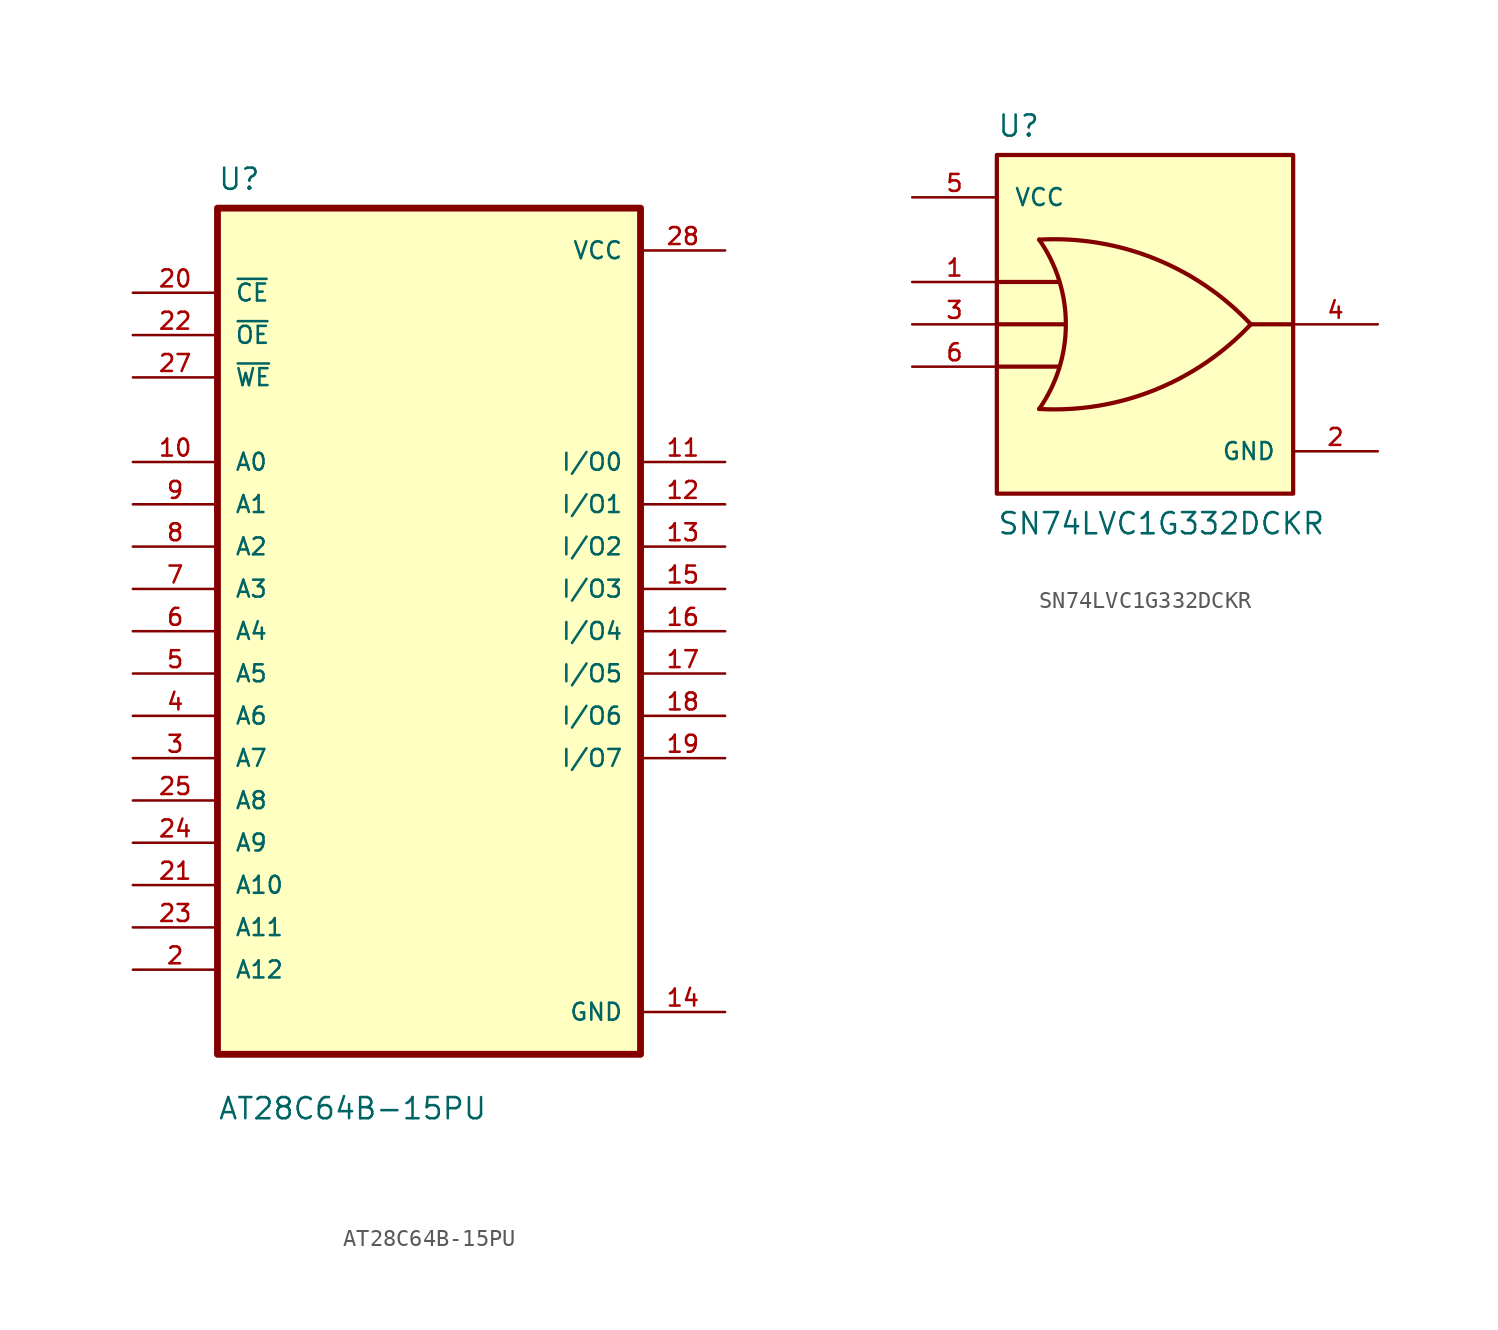
<source format=kicad_sym>
(kicad_symbol_lib
  (version 20220914)
  (generator kicad_symbol_editor)
  (symbol "AT28C64B-15PU"
    (pin_names
      (offset 1.016))
    (property "Reference" "U"
      (at -12.7 26.4 0)
      (effects (font (size 1.27 1.27)) (justify left bottom)))
    (property "Value" "AT28C64B-15PU"
      (at -12.7 -29.4 0)
      (effects (font (size 1.27 1.27)) (justify left bottom)))
    (symbol "AT28C64B-15PU_0_0"
      (rectangle (start -12.7 -25.4) (end 12.7 25.4) (stroke (width 0.41) (type default)) (fill (type background)))
      (pin input line (at -17.78 10.16 0) (length 5.08) (name "A0" (effects (font (size 1.016 1.016)))) (number "10" (effects (font (size 1.016 1.016)))))
      (pin bidirectional line (at 17.78 10.16 180) (length 5.08) (name "I/O0" (effects (font (size 1.016 1.016)))) (number "11" (effects (font (size 1.016 1.016)))))
      (pin bidirectional line (at 17.78 7.62 180) (length 5.08) (name "I/O1" (effects (font (size 1.016 1.016)))) (number "12" (effects (font (size 1.016 1.016)))))
      (pin bidirectional line (at 17.78 5.08 180) (length 5.08) (name "I/O2" (effects (font (size 1.016 1.016)))) (number "13" (effects (font (size 1.016 1.016)))))
      (pin power_in line (at 17.78 -22.86 180) (length 5.08) (name "GND" (effects (font (size 1.016 1.016)))) (number "14" (effects (font (size 1.016 1.016)))))
      (pin bidirectional line (at 17.78 2.54 180) (length 5.08) (name "I/O3" (effects (font (size 1.016 1.016)))) (number "15" (effects (font (size 1.016 1.016)))))
      (pin bidirectional line (at 17.78 0 180) (length 5.08) (name "I/O4" (effects (font (size 1.016 1.016)))) (number "16" (effects (font (size 1.016 1.016)))))
      (pin bidirectional line (at 17.78 -2.54 180) (length 5.08) (name "I/O5" (effects (font (size 1.016 1.016)))) (number "17" (effects (font (size 1.016 1.016)))))
      (pin bidirectional line (at 17.78 -5.08 180) (length 5.08) (name "I/O6" (effects (font (size 1.016 1.016)))) (number "18" (effects (font (size 1.016 1.016)))))
      (pin bidirectional line (at 17.78 -7.62 180) (length 5.08) (name "I/O7" (effects (font (size 1.016 1.016)))) (number "19" (effects (font (size 1.016 1.016)))))
      (pin input line (at -17.78 -20.32 0) (length 5.08) (name "A12" (effects (font (size 1.016 1.016)))) (number "2" (effects (font (size 1.016 1.016)))))
      (pin input line (at -17.78 20.32 0) (length 5.08) (name "~{CE}" (effects (font (size 1.016 1.016)))) (number "20" (effects (font (size 1.016 1.016)))))
      (pin input line (at -17.78 -15.24 0) (length 5.08) (name "A10" (effects (font (size 1.016 1.016)))) (number "21" (effects (font (size 1.016 1.016)))))
      (pin input line (at -17.78 17.78 0) (length 5.08) (name "~{OE}" (effects (font (size 1.016 1.016)))) (number "22" (effects (font (size 1.016 1.016)))))
      (pin input line (at -17.78 -17.78 0) (length 5.08) (name "A11" (effects (font (size 1.016 1.016)))) (number "23" (effects (font (size 1.016 1.016)))))
      (pin input line (at -17.78 -12.7 0) (length 5.08) (name "A9" (effects (font (size 1.016 1.016)))) (number "24" (effects (font (size 1.016 1.016)))))
      (pin input line (at -17.78 -10.16 0) (length 5.08) (name "A8" (effects (font (size 1.016 1.016)))) (number "25" (effects (font (size 1.016 1.016)))))
      (pin input line (at -17.78 15.24 0) (length 5.08) (name "~{WE}" (effects (font (size 1.016 1.016)))) (number "27" (effects (font (size 1.016 1.016)))))
      (pin power_in line (at 17.78 22.86 180) (length 5.08) (name "VCC" (effects (font (size 1.016 1.016)))) (number "28" (effects (font (size 1.016 1.016)))))
      (pin input line (at -17.78 -7.62 0) (length 5.08) (name "A7" (effects (font (size 1.016 1.016)))) (number "3" (effects (font (size 1.016 1.016)))))
      (pin input line (at -17.78 -5.08 0) (length 5.08) (name "A6" (effects (font (size 1.016 1.016)))) (number "4" (effects (font (size 1.016 1.016)))))
      (pin input line (at -17.78 -2.54 0) (length 5.08) (name "A5" (effects (font (size 1.016 1.016)))) (number "5" (effects (font (size 1.016 1.016)))))
      (pin input line (at -17.78 0 0) (length 5.08) (name "A4" (effects (font (size 1.016 1.016)))) (number "6" (effects (font (size 1.016 1.016)))))
      (pin input line (at -17.78 2.54 0) (length 5.08) (name "A3" (effects (font (size 1.016 1.016)))) (number "7" (effects (font (size 1.016 1.016)))))
      (pin input line (at -17.78 5.08 0) (length 5.08) (name "A2" (effects (font (size 1.016 1.016)))) (number "8" (effects (font (size 1.016 1.016)))))
      (pin input line (at -17.78 7.62 0) (length 5.08) (name "A1" (effects (font (size 1.016 1.016)))) (number "9" (effects (font (size 1.016 1.016)))))))
  (symbol "SN74LVC1G332DCKR"
    (pin_names
      (offset 1.016))
    (property "Reference" "U"
      (at -7.62 11.16 0)
      (effects (font (size 1.27 1.27)) (justify left bottom)))
    (property "Value" "SN74LVC1G332DCKR"
      (at -7.62 -12.7 0)
      (effects (font (size 1.27 1.27)) (justify left bottom)))
    (symbol "SN74LVC1G332DCKR_0_0"
      (rectangle (start -7.62 -10.16) (end 10.16 10.16) (stroke (width 0.254) (type default)) (fill (type background)))
      (arc (start -5.08 -5.08) (mid -3.4783 0) (end -5.08 5.08) (stroke (width 0.254) (type default)) (fill (type none)))
      (arc (start -5.08 -5.08) (mid 1.8331 -3.9478) (end 7.62 0) (stroke (width 0.254) (type default)) (fill (type none)))
      (polyline (pts (xy -7.62 -2.54) (xy -3.937 -2.54)) (stroke (width 0.254) (type default)) (fill (type none)))
      (polyline (pts (xy -7.62 0) (xy -3.556 0)) (stroke (width 0.254) (type default)) (fill (type none)))
      (polyline (pts (xy -7.62 2.54) (xy -3.937 2.54)) (stroke (width 0.254) (type default)) (fill (type none)))
      (polyline (pts (xy 7.62 0) (xy 10.16 0)) (stroke (width 0.254) (type default)) (fill (type none)))
      (arc (start 7.62 0) (mid 1.8331 3.9478) (end -5.08 5.08) (stroke (width 0.254) (type default)) (fill (type none)))
      (pin input line (at -12.7 2.54 0) (length 5.08) (name "~" (effects (font (size 1.016 1.016)))) (number "1" (effects (font (size 1.016 1.016)))))
      (pin power_in line (at 15.24 -7.62 180) (length 5.08) (name "GND" (effects (font (size 1.016 1.016)))) (number "2" (effects (font (size 1.016 1.016)))))
      (pin input line (at -12.7 0 0) (length 5.08) (name "~" (effects (font (size 1.016 1.016)))) (number "3" (effects (font (size 1.016 1.016)))))
      (pin output line (at 15.24 0 180) (length 5.08) (name "~" (effects (font (size 1.016 1.016)))) (number "4" (effects (font (size 1.016 1.016)))))
      (pin power_in line (at -12.7 7.62 0) (length 5.08) (name "VCC" (effects (font (size 1.016 1.016)))) (number "5" (effects (font (size 1.016 1.016)))))
      (pin input line (at -12.7 -2.54 0) (length 5.08) (name "~" (effects (font (size 1.016 1.016)))) (number "6" (effects (font (size 1.016 1.016))))))))
</source>
